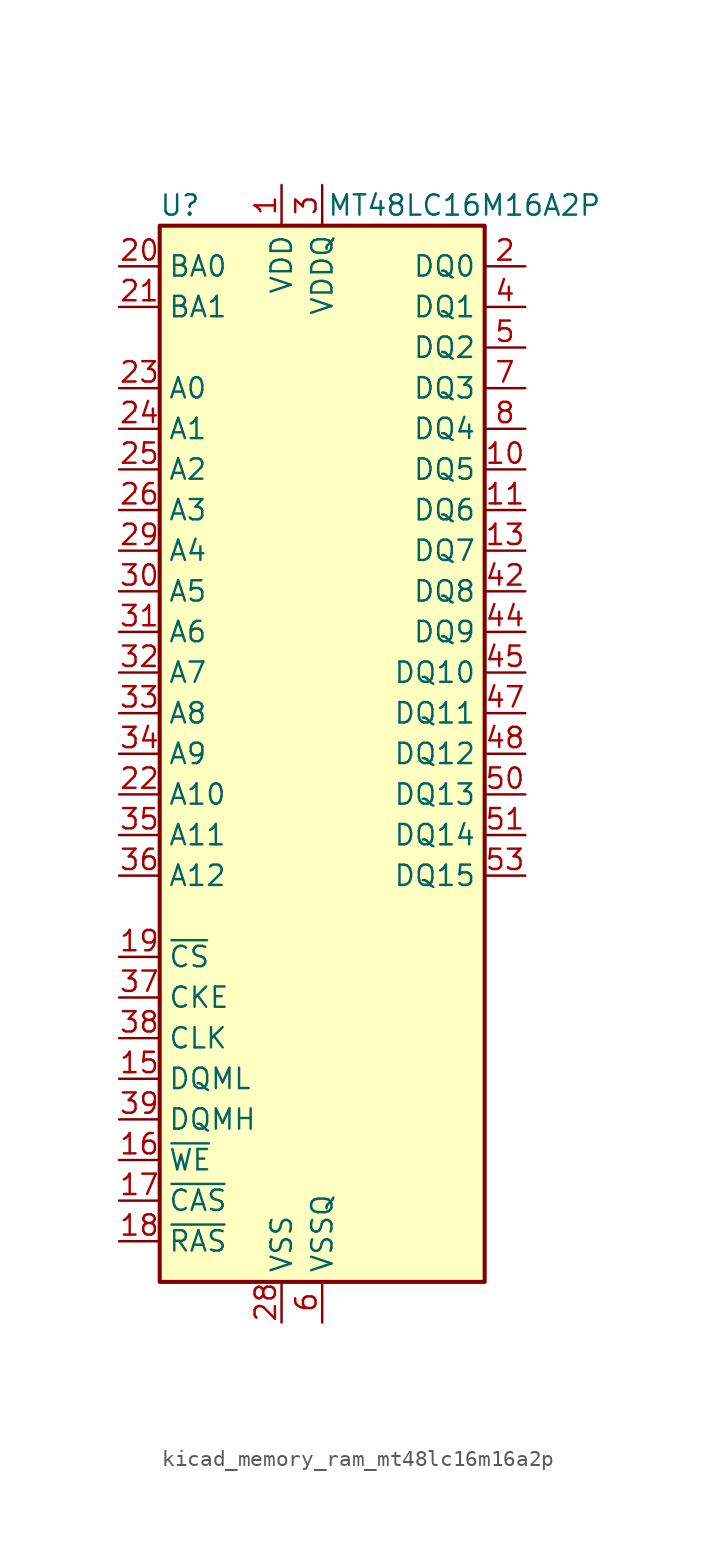
<source format=kicad_sym>
(kicad_symbol_lib
  (version 20220914)
  (generator kicad_symbol_editor)
  (symbol "kicad_memory_ram_mt48lc16m16a2p"
    (property "Reference" "U"
      (at -8.89 34.29 0)
      (effects (font (size 1.27 1.27))))
    (property "Value" "MT48LC16M16A2P"
      (at 8.89 34.29 0)
      (effects (font (size 1.27 1.27))))
    (symbol "kicad_memory_ram_mt48lc16m16a2p_0_1"
      (rectangle (start -10.16 33.02) (end 10.16 -33.02) (stroke (width 0.254) (type default)) (fill (type background))))
    (symbol "kicad_memory_ram_mt48lc16m16a2p_1_1"
      (pin power_in line (at -2.54 35.56 270) (length 2.54) (name "VDD" (effects (font (size 1.27 1.27)))) (number "1" (effects (font (size 1.27 1.27)))))
      (pin bidirectional line (at 12.7 17.78 180) (length 2.54) (name "DQ5" (effects (font (size 1.27 1.27)))) (number "10" (effects (font (size 1.27 1.27)))))
      (pin bidirectional line (at 12.7 15.24 180) (length 2.54) (name "DQ6" (effects (font (size 1.27 1.27)))) (number "11" (effects (font (size 1.27 1.27)))))
      (pin passive line (at 0 -35.56 90) (length 2.54) hide (name "VSSQ" (effects (font (size 1.27 1.27)))) (number "12" (effects (font (size 1.27 1.27)))))
      (pin bidirectional line (at 12.7 12.7 180) (length 2.54) (name "DQ7" (effects (font (size 1.27 1.27)))) (number "13" (effects (font (size 1.27 1.27)))))
      (pin passive line (at -2.54 35.56 270) (length 2.54) hide (name "VDD" (effects (font (size 1.27 1.27)))) (number "14" (effects (font (size 1.27 1.27)))))
      (pin input line (at -12.7 -20.32 0) (length 2.54) (name "DQML" (effects (font (size 1.27 1.27)))) (number "15" (effects (font (size 1.27 1.27)))))
      (pin input line (at -12.7 -25.4 0) (length 2.54) (name "~{WE}" (effects (font (size 1.27 1.27)))) (number "16" (effects (font (size 1.27 1.27)))))
      (pin input line (at -12.7 -27.94 0) (length 2.54) (name "~{CAS}" (effects (font (size 1.27 1.27)))) (number "17" (effects (font (size 1.27 1.27)))))
      (pin input line (at -12.7 -30.48 0) (length 2.54) (name "~{RAS}" (effects (font (size 1.27 1.27)))) (number "18" (effects (font (size 1.27 1.27)))))
      (pin input line (at -12.7 -12.7 0) (length 2.54) (name "~{CS}" (effects (font (size 1.27 1.27)))) (number "19" (effects (font (size 1.27 1.27)))))
      (pin bidirectional line (at 12.7 30.48 180) (length 2.54) (name "DQ0" (effects (font (size 1.27 1.27)))) (number "2" (effects (font (size 1.27 1.27)))))
      (pin input line (at -12.7 30.48 0) (length 2.54) (name "BA0" (effects (font (size 1.27 1.27)))) (number "20" (effects (font (size 1.27 1.27)))))
      (pin input line (at -12.7 27.94 0) (length 2.54) (name "BA1" (effects (font (size 1.27 1.27)))) (number "21" (effects (font (size 1.27 1.27)))))
      (pin input line (at -12.7 -2.54 0) (length 2.54) (name "A10" (effects (font (size 1.27 1.27)))) (number "22" (effects (font (size 1.27 1.27)))))
      (pin input line (at -12.7 22.86 0) (length 2.54) (name "A0" (effects (font (size 1.27 1.27)))) (number "23" (effects (font (size 1.27 1.27)))))
      (pin input line (at -12.7 20.32 0) (length 2.54) (name "A1" (effects (font (size 1.27 1.27)))) (number "24" (effects (font (size 1.27 1.27)))))
      (pin input line (at -12.7 17.78 0) (length 2.54) (name "A2" (effects (font (size 1.27 1.27)))) (number "25" (effects (font (size 1.27 1.27)))))
      (pin input line (at -12.7 15.24 0) (length 2.54) (name "A3" (effects (font (size 1.27 1.27)))) (number "26" (effects (font (size 1.27 1.27)))))
      (pin passive line (at -2.54 35.56 270) (length 2.54) hide (name "VDD" (effects (font (size 1.27 1.27)))) (number "27" (effects (font (size 1.27 1.27)))))
      (pin power_in line (at -2.54 -35.56 90) (length 2.54) (name "VSS" (effects (font (size 1.27 1.27)))) (number "28" (effects (font (size 1.27 1.27)))))
      (pin input line (at -12.7 12.7 0) (length 2.54) (name "A4" (effects (font (size 1.27 1.27)))) (number "29" (effects (font (size 1.27 1.27)))))
      (pin power_in line (at 0 35.56 270) (length 2.54) (name "VDDQ" (effects (font (size 1.27 1.27)))) (number "3" (effects (font (size 1.27 1.27)))))
      (pin input line (at -12.7 10.16 0) (length 2.54) (name "A5" (effects (font (size 1.27 1.27)))) (number "30" (effects (font (size 1.27 1.27)))))
      (pin input line (at -12.7 7.62 0) (length 2.54) (name "A6" (effects (font (size 1.27 1.27)))) (number "31" (effects (font (size 1.27 1.27)))))
      (pin input line (at -12.7 5.08 0) (length 2.54) (name "A7" (effects (font (size 1.27 1.27)))) (number "32" (effects (font (size 1.27 1.27)))))
      (pin input line (at -12.7 2.54 0) (length 2.54) (name "A8" (effects (font (size 1.27 1.27)))) (number "33" (effects (font (size 1.27 1.27)))))
      (pin input line (at -12.7 0 0) (length 2.54) (name "A9" (effects (font (size 1.27 1.27)))) (number "34" (effects (font (size 1.27 1.27)))))
      (pin input line (at -12.7 -5.08 0) (length 2.54) (name "A11" (effects (font (size 1.27 1.27)))) (number "35" (effects (font (size 1.27 1.27)))))
      (pin input line (at -12.7 -7.62 0) (length 2.54) (name "A12" (effects (font (size 1.27 1.27)))) (number "36" (effects (font (size 1.27 1.27)))))
      (pin input line (at -12.7 -15.24 0) (length 2.54) (name "CKE" (effects (font (size 1.27 1.27)))) (number "37" (effects (font (size 1.27 1.27)))))
      (pin input line (at -12.7 -17.78 0) (length 2.54) (name "CLK" (effects (font (size 1.27 1.27)))) (number "38" (effects (font (size 1.27 1.27)))))
      (pin input line (at -12.7 -22.86 0) (length 2.54) (name "DQMH" (effects (font (size 1.27 1.27)))) (number "39" (effects (font (size 1.27 1.27)))))
      (pin bidirectional line (at 12.7 27.94 180) (length 2.54) (name "DQ1" (effects (font (size 1.27 1.27)))) (number "4" (effects (font (size 1.27 1.27)))))
      (pin no_connect line (at 10.16 -20.32 180) (length 2.54) hide (name "NC" (effects (font (size 1.27 1.27)))) (number "40" (effects (font (size 1.27 1.27)))))
      (pin passive line (at -2.54 -35.56 90) (length 2.54) hide (name "VSS" (effects (font (size 1.27 1.27)))) (number "41" (effects (font (size 1.27 1.27)))))
      (pin bidirectional line (at 12.7 10.16 180) (length 2.54) (name "DQ8" (effects (font (size 1.27 1.27)))) (number "42" (effects (font (size 1.27 1.27)))))
      (pin passive line (at 0 35.56 270) (length 2.54) hide (name "VDDQ" (effects (font (size 1.27 1.27)))) (number "43" (effects (font (size 1.27 1.27)))))
      (pin bidirectional line (at 12.7 7.62 180) (length 2.54) (name "DQ9" (effects (font (size 1.27 1.27)))) (number "44" (effects (font (size 1.27 1.27)))))
      (pin bidirectional line (at 12.7 5.08 180) (length 2.54) (name "DQ10" (effects (font (size 1.27 1.27)))) (number "45" (effects (font (size 1.27 1.27)))))
      (pin passive line (at 0 -35.56 90) (length 2.54) hide (name "VSSQ" (effects (font (size 1.27 1.27)))) (number "46" (effects (font (size 1.27 1.27)))))
      (pin bidirectional line (at 12.7 2.54 180) (length 2.54) (name "DQ11" (effects (font (size 1.27 1.27)))) (number "47" (effects (font (size 1.27 1.27)))))
      (pin bidirectional line (at 12.7 0 180) (length 2.54) (name "DQ12" (effects (font (size 1.27 1.27)))) (number "48" (effects (font (size 1.27 1.27)))))
      (pin passive line (at 0 35.56 270) (length 2.54) hide (name "VDDQ" (effects (font (size 1.27 1.27)))) (number "49" (effects (font (size 1.27 1.27)))))
      (pin bidirectional line (at 12.7 25.4 180) (length 2.54) (name "DQ2" (effects (font (size 1.27 1.27)))) (number "5" (effects (font (size 1.27 1.27)))))
      (pin bidirectional line (at 12.7 -2.54 180) (length 2.54) (name "DQ13" (effects (font (size 1.27 1.27)))) (number "50" (effects (font (size 1.27 1.27)))))
      (pin bidirectional line (at 12.7 -5.08 180) (length 2.54) (name "DQ14" (effects (font (size 1.27 1.27)))) (number "51" (effects (font (size 1.27 1.27)))))
      (pin passive line (at 0 -35.56 90) (length 2.54) hide (name "VSSQ" (effects (font (size 1.27 1.27)))) (number "52" (effects (font (size 1.27 1.27)))))
      (pin bidirectional line (at 12.7 -7.62 180) (length 2.54) (name "DQ15" (effects (font (size 1.27 1.27)))) (number "53" (effects (font (size 1.27 1.27)))))
      (pin passive line (at -2.54 -35.56 90) (length 2.54) hide (name "VSS" (effects (font (size 1.27 1.27)))) (number "54" (effects (font (size 1.27 1.27)))))
      (pin power_in line (at 0 -35.56 90) (length 2.54) (name "VSSQ" (effects (font (size 1.27 1.27)))) (number "6" (effects (font (size 1.27 1.27)))))
      (pin bidirectional line (at 12.7 22.86 180) (length 2.54) (name "DQ3" (effects (font (size 1.27 1.27)))) (number "7" (effects (font (size 1.27 1.27)))))
      (pin bidirectional line (at 12.7 20.32 180) (length 2.54) (name "DQ4" (effects (font (size 1.27 1.27)))) (number "8" (effects (font (size 1.27 1.27)))))
      (pin passive line (at 0 35.56 270) (length 2.54) hide (name "VDDQ" (effects (font (size 1.27 1.27)))) (number "9" (effects (font (size 1.27 1.27))))))))
</source>
